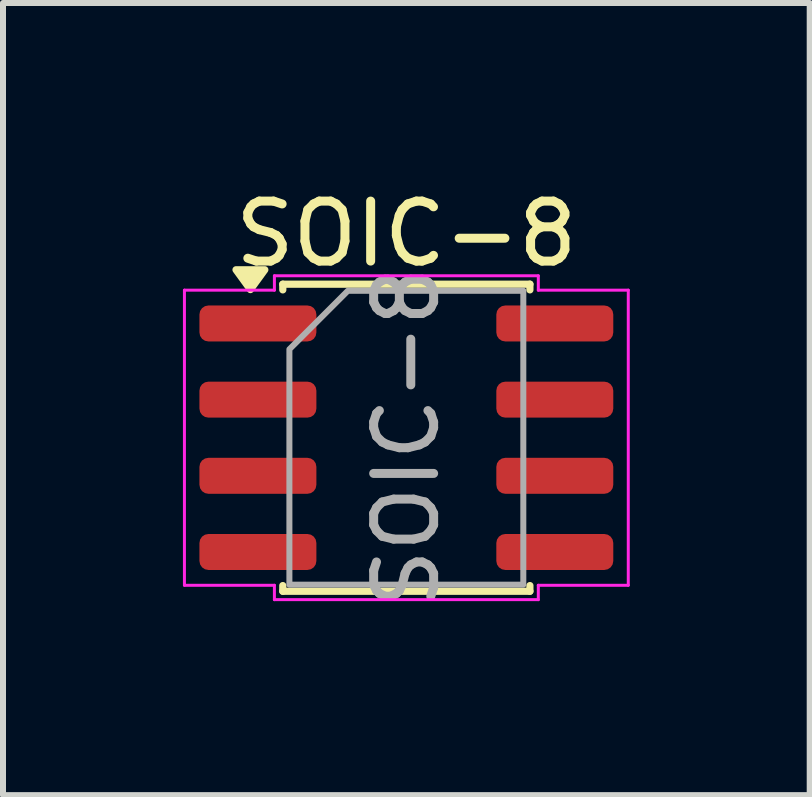
<source format=kicad_pcb>
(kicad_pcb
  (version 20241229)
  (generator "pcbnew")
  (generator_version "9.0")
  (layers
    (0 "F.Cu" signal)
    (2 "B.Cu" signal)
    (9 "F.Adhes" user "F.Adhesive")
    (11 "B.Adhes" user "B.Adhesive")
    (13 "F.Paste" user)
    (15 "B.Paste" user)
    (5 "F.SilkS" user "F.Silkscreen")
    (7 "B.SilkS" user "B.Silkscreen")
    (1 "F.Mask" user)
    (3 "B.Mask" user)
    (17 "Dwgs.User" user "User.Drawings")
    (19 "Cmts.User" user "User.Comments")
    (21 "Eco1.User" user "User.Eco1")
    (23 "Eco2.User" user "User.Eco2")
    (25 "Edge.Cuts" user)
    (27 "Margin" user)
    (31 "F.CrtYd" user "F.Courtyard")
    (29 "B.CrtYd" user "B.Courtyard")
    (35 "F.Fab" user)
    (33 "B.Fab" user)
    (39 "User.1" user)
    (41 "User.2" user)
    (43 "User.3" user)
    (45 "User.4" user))
  (footprint "SOIC-8"
    (layer "F.Cu")
    (at 3.725 4.248)
    (property "Reference" "SOIC-8" (at 0 -3.4 0) (layer "F.SilkS") (effects (font (size 1 1) (thickness 0.15))))
    (attr smd)
    (fp_line (start -2.06 -2.56) (end 2.06 -2.56) (stroke (width 0.12) (type solid)) (layer "F.SilkS"))
    (fp_line (start -2.06 -2.465) (end -2.06 -2.56) (stroke (width 0.12) (type solid)) (layer "F.SilkS"))
    (fp_line (start -2.06 2.56) (end -2.06 2.465) (stroke (width 0.12) (type solid)) (layer "F.SilkS"))
    (fp_line (start 2.06 -2.56) (end 2.06 -2.465) (stroke (width 0.12) (type solid)) (layer "F.SilkS"))
    (fp_line (start 2.06 2.465) (end 2.06 2.56) (stroke (width 0.12) (type solid)) (layer "F.SilkS"))
    (fp_line (start 2.06 2.56) (end -2.06 2.56) (stroke (width 0.12) (type solid)) (layer "F.SilkS"))
    (fp_poly (pts (xy -2.6 -2.47) (xy -2.84 -2.8) (xy -2.36 -2.8)) (stroke (width 0.12) (type solid)) (fill yes) (layer "F.SilkS"))
    (fp_line (start -3.7 -2.46) (end -2.2 -2.46) (stroke (width 0.05) (type solid)) (layer "F.CrtYd"))
    (fp_line (start -3.7 2.46) (end -3.7 -2.46) (stroke (width 0.05) (type solid)) (layer "F.CrtYd"))
    (fp_line (start -2.2 -2.7) (end 2.2 -2.7) (stroke (width 0.05) (type solid)) (layer "F.CrtYd"))
    (fp_line (start -2.2 -2.46) (end -2.2 -2.7) (stroke (width 0.05) (type solid)) (layer "F.CrtYd"))
    (fp_line (start -2.2 2.46) (end -3.7 2.46) (stroke (width 0.05) (type solid)) (layer "F.CrtYd"))
    (fp_line (start -2.2 2.7) (end -2.2 2.46) (stroke (width 0.05) (type solid)) (layer "F.CrtYd"))
    (fp_line (start 2.2 -2.7) (end 2.2 -2.46) (stroke (width 0.05) (type solid)) (layer "F.CrtYd"))
    (fp_line (start 2.2 -2.46) (end 3.7 -2.46) (stroke (width 0.05) (type solid)) (layer "F.CrtYd"))
    (fp_line (start 2.2 2.46) (end 2.2 2.7) (stroke (width 0.05) (type solid)) (layer "F.CrtYd"))
    (fp_line (start 2.2 2.7) (end -2.2 2.7) (stroke (width 0.05) (type solid)) (layer "F.CrtYd"))
    (fp_line (start 3.7 -2.46) (end 3.7 2.46) (stroke (width 0.05) (type solid)) (layer "F.CrtYd"))
    (fp_line (start 3.7 2.46) (end 2.2 2.46) (stroke (width 0.05) (type solid)) (layer "F.CrtYd"))
    (fp_poly (pts (xy -1.95 -1.475) (xy -1.95 2.45) (xy 1.95 2.45) (xy 1.95 -2.45) (xy -0.975 -2.45)) (stroke (width 0.1) (type solid)) (fill no) (layer "F.Fab"))
    (fp_text user "${REFERENCE}" (at 0 0 90) (layer "F.Fab") (effects (font (size 1 1) (thickness 0.15))))
    (pad "1" smd roundrect (at -2.475 -1.905) (size 1.95 0.6) (layers "F.Cu" "F.Mask" "F.Paste") (roundrect_rratio 0.25))
    (pad "2" smd roundrect (at -2.475 -0.635) (size 1.95 0.6) (layers "F.Cu" "F.Mask" "F.Paste") (roundrect_rratio 0.25))
    (pad "3" smd roundrect (at -2.475 0.635) (size 1.95 0.6) (layers "F.Cu" "F.Mask" "F.Paste") (roundrect_rratio 0.25))
    (pad "4" smd roundrect (at -2.475 1.905) (size 1.95 0.6) (layers "F.Cu" "F.Mask" "F.Paste") (roundrect_rratio 0.25))
    (pad "5" smd roundrect (at 2.475 1.905) (size 1.95 0.6) (layers "F.Cu" "F.Mask" "F.Paste") (roundrect_rratio 0.25))
    (pad "6" smd roundrect (at 2.475 0.635) (size 1.95 0.6) (layers "F.Cu" "F.Mask" "F.Paste") (roundrect_rratio 0.25))
    (pad "7" smd roundrect (at 2.475 -0.635) (size 1.95 0.6) (layers "F.Cu" "F.Mask" "F.Paste") (roundrect_rratio 0.25))
    (pad "8" smd roundrect (at 2.475 -1.905) (size 1.95 0.6) (layers "F.Cu" "F.Mask" "F.Paste") (roundrect_rratio 0.25)))
  (gr_rect
    (start -3 -3)
    (end 10.45 10.207)
    (stroke (width 0.1) (type default))
    (fill no)
    (layer "Edge.Cuts")))
</source>
